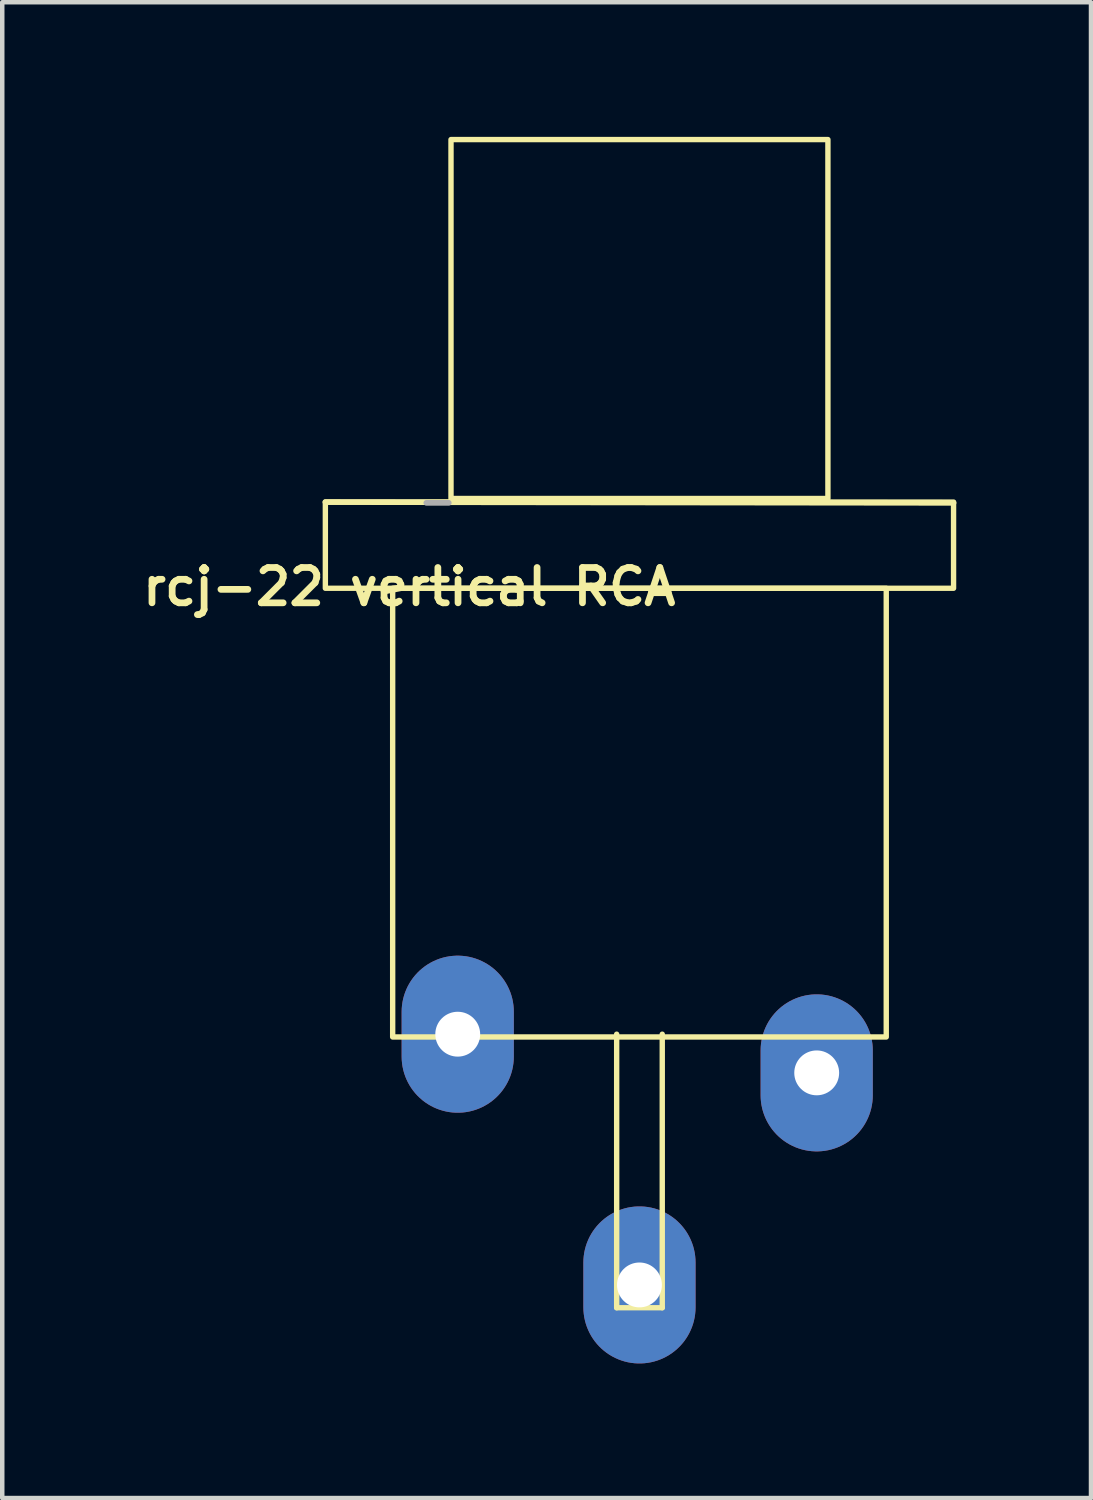
<source format=kicad_pcb>
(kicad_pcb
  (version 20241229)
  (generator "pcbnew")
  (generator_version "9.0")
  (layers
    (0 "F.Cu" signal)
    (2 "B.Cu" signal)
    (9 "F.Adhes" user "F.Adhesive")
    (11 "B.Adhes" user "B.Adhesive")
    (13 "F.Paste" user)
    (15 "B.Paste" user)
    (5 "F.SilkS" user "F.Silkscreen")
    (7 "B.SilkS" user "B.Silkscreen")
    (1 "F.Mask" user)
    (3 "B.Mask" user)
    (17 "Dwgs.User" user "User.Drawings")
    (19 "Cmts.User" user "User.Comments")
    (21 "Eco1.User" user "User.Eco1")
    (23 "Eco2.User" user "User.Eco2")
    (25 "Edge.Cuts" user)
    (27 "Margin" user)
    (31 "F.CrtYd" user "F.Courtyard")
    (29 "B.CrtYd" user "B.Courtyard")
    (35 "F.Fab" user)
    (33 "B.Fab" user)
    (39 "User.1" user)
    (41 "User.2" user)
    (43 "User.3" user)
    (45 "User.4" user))
  (footprint "rcj-22 vertical RCA"
    (layer "F.Cu")
    (at 11.201 20.06)
    (property "Reference" "rcj-22 vertical RCA" (at -5.13 -10.032 0) (layer "F.SilkS") (effects (font (size 0.787 0.787) (thickness 0.15))))
    (attr through_hole)
    (fp_line (start -0.508 -0.062) (end -0.508 6.034) (stroke (width 0.12) (type solid)) (layer "F.SilkS"))
    (fp_line (start -0.508 6.034) (end 0.508 6.034) (stroke (width 0.12) (type solid)) (layer "F.SilkS"))
    (fp_line (start 0.508 6.034) (end 0.508 -0.062) (stroke (width 0.12) (type solid)) (layer "F.SilkS"))
    (fp_line (start 7 -11.904) (end -7 -11.921) (stroke (width 0.127) (type solid)) (layer "F.SilkS"))
    (fp_rect (start -7 -11.921) (end 7 -10) (stroke (width 0.12) (type solid)) (fill no) (layer "F.SilkS"))
    (fp_rect (start -5.5 -10) (end 5.5 0) (stroke (width 0.12) (type solid)) (fill no) (layer "F.SilkS"))
    (fp_rect (start -4.2 -20) (end 4.2 -12) (stroke (width 0.12) (type solid)) (fill no) (layer "F.SilkS"))
    (fp_line (start -4.75 -11.904) (end -4.25 -11.904) (stroke (width 0.127) (type solid)) (layer "F.Fab"))
    (pad "1" thru_hole oval (at 0 5.526 90) (size 3.5 2.5) (drill 1) (layers "*.Cu" "*.Mask"))
    (pad "2" thru_hole oval (at -4.05 -0.062 90) (size 3.5 2.5) (drill 1) (layers "*.Cu" "*.Mask"))
    (pad "3" thru_hole oval (at 3.95 0.8 90) (size 3.5 2.5) (drill 1) (layers "*.Cu" "*.Mask")))
  (gr_rect
    (start -3 -3)
    (end 21.264 30.336)
    (stroke (width 0.1) (type default))
    (fill no)
    (layer "Edge.Cuts")))
</source>
